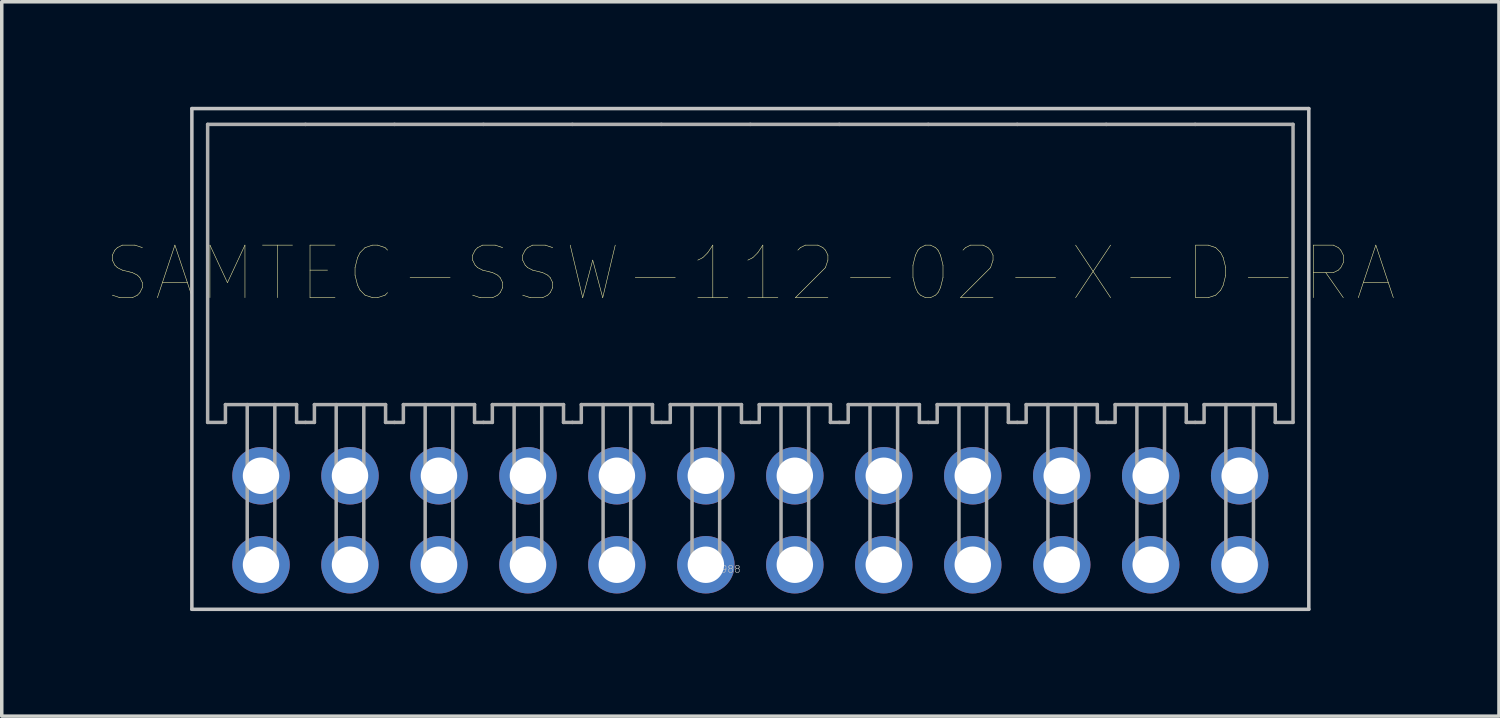
<source format=kicad_pcb>
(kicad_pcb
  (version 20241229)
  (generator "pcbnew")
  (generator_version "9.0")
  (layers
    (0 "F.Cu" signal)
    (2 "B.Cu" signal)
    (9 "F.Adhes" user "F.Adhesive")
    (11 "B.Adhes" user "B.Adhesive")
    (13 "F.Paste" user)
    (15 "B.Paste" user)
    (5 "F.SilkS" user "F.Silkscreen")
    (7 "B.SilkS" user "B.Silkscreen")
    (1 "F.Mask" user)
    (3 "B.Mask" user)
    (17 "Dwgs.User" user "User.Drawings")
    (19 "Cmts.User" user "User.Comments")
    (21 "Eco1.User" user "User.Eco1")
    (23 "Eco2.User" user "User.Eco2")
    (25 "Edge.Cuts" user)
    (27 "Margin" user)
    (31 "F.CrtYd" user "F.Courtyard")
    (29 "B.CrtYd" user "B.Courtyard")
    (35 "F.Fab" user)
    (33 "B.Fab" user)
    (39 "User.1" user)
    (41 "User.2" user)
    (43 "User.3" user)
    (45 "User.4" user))
  (footprint "SAMTEC-SSW-112-02-X-D-RA"
    (layer "F.Cu")
    (at 18.372 4.755)
    (property "Reference" "SAMTEC-SSW-112-02-X-D-RA" (at 0 0 0) (layer "F.SilkS") (effects (font (size 1.5 1.5) (thickness 0.015))))
    (attr through_hole)
    (fp_line (start -15.944 -4.705) (end -15.944 9.59) (stroke (width 0.1) (type solid)) (layer "Dwgs.User"))
    (fp_line (start -15.944 9.59) (end 15.944 9.59) (stroke (width 0.1) (type solid)) (layer "Dwgs.User"))
    (fp_line (start 15.944 -4.705) (end -15.944 -4.705) (stroke (width 0.1) (type solid)) (layer "Dwgs.User"))
    (fp_line (start 15.944 9.59) (end 15.944 -4.705) (stroke (width 0.1) (type solid)) (layer "Dwgs.User"))
    (fp_line (start -15.494 -4.254) (end -15.494 4.254) (stroke (width 0.1) (type solid)) (layer "F.Fab"))
    (fp_line (start -15.494 4.254) (end -14.986 4.254) (stroke (width 0.1) (type solid)) (layer "F.Fab"))
    (fp_line (start -14.986 3.746) (end -12.954 3.746) (stroke (width 0.1) (type solid)) (layer "F.Fab"))
    (fp_line (start -14.986 4.254) (end -14.986 3.746) (stroke (width 0.1) (type solid)) (layer "F.Fab"))
    (fp_line (start -14.364 3.746) (end -14.364 8.522) (stroke (width 0.1) (type solid)) (layer "F.Fab"))
    (fp_line (start -14.364 8.522) (end -13.576 8.522) (stroke (width 0.1) (type solid)) (layer "F.Fab"))
    (fp_line (start -13.576 8.522) (end -13.576 3.746) (stroke (width 0.1) (type solid)) (layer "F.Fab"))
    (fp_line (start -12.954 3.746) (end -12.954 4.254) (stroke (width 0.1) (type solid)) (layer "F.Fab"))
    (fp_line (start -12.954 4.254) (end -12.7 4.254) (stroke (width 0.1) (type solid)) (layer "F.Fab"))
    (fp_line (start -12.7 -4.254) (end -15.494 -4.254) (stroke (width 0.1) (type solid)) (layer "F.Fab"))
    (fp_line (start -12.446 3.746) (end -12.446 4.254) (stroke (width 0.1) (type solid)) (layer "F.Fab"))
    (fp_line (start -12.446 4.254) (end -12.7 4.254) (stroke (width 0.1) (type solid)) (layer "F.Fab"))
    (fp_line (start -11.824 3.746) (end -11.824 8.522) (stroke (width 0.1) (type solid)) (layer "F.Fab"))
    (fp_line (start -11.824 8.522) (end -11.036 8.522) (stroke (width 0.1) (type solid)) (layer "F.Fab"))
    (fp_line (start -11.036 8.522) (end -11.036 3.746) (stroke (width 0.1) (type solid)) (layer "F.Fab"))
    (fp_line (start -10.414 3.746) (end -12.446 3.746) (stroke (width 0.1) (type solid)) (layer "F.Fab"))
    (fp_line (start -10.414 4.254) (end -10.414 3.746) (stroke (width 0.1) (type solid)) (layer "F.Fab"))
    (fp_line (start -10.16 -4.254) (end -12.7 -4.254) (stroke (width 0.1) (type solid)) (layer "F.Fab"))
    (fp_line (start -10.16 4.254) (end -10.414 4.254) (stroke (width 0.1) (type solid)) (layer "F.Fab"))
    (fp_line (start -9.906 3.746) (end -9.906 4.254) (stroke (width 0.1) (type solid)) (layer "F.Fab"))
    (fp_line (start -9.906 4.254) (end -10.16 4.254) (stroke (width 0.1) (type solid)) (layer "F.Fab"))
    (fp_line (start -9.284 3.746) (end -9.284 8.522) (stroke (width 0.1) (type solid)) (layer "F.Fab"))
    (fp_line (start -9.284 8.522) (end -8.496 8.522) (stroke (width 0.1) (type solid)) (layer "F.Fab"))
    (fp_line (start -8.496 8.522) (end -8.496 3.746) (stroke (width 0.1) (type solid)) (layer "F.Fab"))
    (fp_line (start -7.874 3.746) (end -9.906 3.746) (stroke (width 0.1) (type solid)) (layer "F.Fab"))
    (fp_line (start -7.874 4.254) (end -7.874 3.746) (stroke (width 0.1) (type solid)) (layer "F.Fab"))
    (fp_line (start -7.62 -4.254) (end -10.16 -4.254) (stroke (width 0.1) (type solid)) (layer "F.Fab"))
    (fp_line (start -7.62 4.254) (end -7.874 4.254) (stroke (width 0.1) (type solid)) (layer "F.Fab"))
    (fp_line (start -7.366 3.746) (end -7.366 4.254) (stroke (width 0.1) (type solid)) (layer "F.Fab"))
    (fp_line (start -7.366 4.254) (end -7.62 4.254) (stroke (width 0.1) (type solid)) (layer "F.Fab"))
    (fp_line (start -6.744 3.746) (end -6.744 8.522) (stroke (width 0.1) (type solid)) (layer "F.Fab"))
    (fp_line (start -6.744 8.522) (end -5.956 8.522) (stroke (width 0.1) (type solid)) (layer "F.Fab"))
    (fp_line (start -5.956 8.522) (end -5.956 3.746) (stroke (width 0.1) (type solid)) (layer "F.Fab"))
    (fp_line (start -5.334 3.746) (end -7.366 3.746) (stroke (width 0.1) (type solid)) (layer "F.Fab"))
    (fp_line (start -5.334 4.254) (end -5.334 3.746) (stroke (width 0.1) (type solid)) (layer "F.Fab"))
    (fp_line (start -5.08 -4.254) (end -7.62 -4.254) (stroke (width 0.1) (type solid)) (layer "F.Fab"))
    (fp_line (start -5.08 4.254) (end -5.334 4.254) (stroke (width 0.1) (type solid)) (layer "F.Fab"))
    (fp_line (start -4.826 3.746) (end -4.826 4.254) (stroke (width 0.1) (type solid)) (layer "F.Fab"))
    (fp_line (start -4.826 4.254) (end -5.08 4.254) (stroke (width 0.1) (type solid)) (layer "F.Fab"))
    (fp_line (start -4.204 3.746) (end -4.204 8.522) (stroke (width 0.1) (type solid)) (layer "F.Fab"))
    (fp_line (start -4.204 8.522) (end -3.416 8.522) (stroke (width 0.1) (type solid)) (layer "F.Fab"))
    (fp_line (start -3.416 8.522) (end -3.416 3.746) (stroke (width 0.1) (type solid)) (layer "F.Fab"))
    (fp_line (start -2.794 3.746) (end -4.826 3.746) (stroke (width 0.1) (type solid)) (layer "F.Fab"))
    (fp_line (start -2.794 4.254) (end -2.794 3.746) (stroke (width 0.1) (type solid)) (layer "F.Fab"))
    (fp_line (start -2.54 -4.254) (end -5.08 -4.254) (stroke (width 0.1) (type solid)) (layer "F.Fab"))
    (fp_line (start -2.54 4.254) (end -2.794 4.254) (stroke (width 0.1) (type solid)) (layer "F.Fab"))
    (fp_line (start -2.286 3.746) (end -2.286 4.254) (stroke (width 0.1) (type solid)) (layer "F.Fab"))
    (fp_line (start -2.286 4.254) (end -2.54 4.254) (stroke (width 0.1) (type solid)) (layer "F.Fab"))
    (fp_line (start -1.664 3.746) (end -1.664 8.522) (stroke (width 0.1) (type solid)) (layer "F.Fab"))
    (fp_line (start -1.664 8.522) (end -0.876 8.522) (stroke (width 0.1) (type solid)) (layer "F.Fab"))
    (fp_line (start -0.876 8.522) (end -0.876 3.746) (stroke (width 0.1) (type solid)) (layer "F.Fab"))
    (fp_line (start -0.254 3.746) (end -2.286 3.746) (stroke (width 0.1) (type solid)) (layer "F.Fab"))
    (fp_line (start -0.254 4.254) (end -0.254 3.746) (stroke (width 0.1) (type solid)) (layer "F.Fab"))
    (fp_line (start 0 -4.254) (end -2.54 -4.254) (stroke (width 0.1) (type solid)) (layer "F.Fab"))
    (fp_line (start 0 4.254) (end -0.254 4.254) (stroke (width 0.1) (type solid)) (layer "F.Fab"))
    (fp_line (start 0.254 3.746) (end 0.254 4.254) (stroke (width 0.1) (type solid)) (layer "F.Fab"))
    (fp_line (start 0.254 4.254) (end 0 4.254) (stroke (width 0.1) (type solid)) (layer "F.Fab"))
    (fp_line (start 0.876 3.746) (end 0.876 8.522) (stroke (width 0.1) (type solid)) (layer "F.Fab"))
    (fp_line (start 0.876 8.522) (end 1.664 8.522) (stroke (width 0.1) (type solid)) (layer "F.Fab"))
    (fp_line (start 1.664 8.522) (end 1.664 3.746) (stroke (width 0.1) (type solid)) (layer "F.Fab"))
    (fp_line (start 2.286 3.746) (end 0.254 3.746) (stroke (width 0.1) (type solid)) (layer "F.Fab"))
    (fp_line (start 2.286 4.254) (end 2.286 3.746) (stroke (width 0.1) (type solid)) (layer "F.Fab"))
    (fp_line (start 2.54 -4.254) (end 0 -4.254) (stroke (width 0.1) (type solid)) (layer "F.Fab"))
    (fp_line (start 2.54 4.254) (end 2.286 4.254) (stroke (width 0.1) (type solid)) (layer "F.Fab"))
    (fp_line (start 2.794 3.746) (end 2.794 4.254) (stroke (width 0.1) (type solid)) (layer "F.Fab"))
    (fp_line (start 2.794 4.254) (end 2.54 4.254) (stroke (width 0.1) (type solid)) (layer "F.Fab"))
    (fp_line (start 3.416 3.746) (end 3.416 8.522) (stroke (width 0.1) (type solid)) (layer "F.Fab"))
    (fp_line (start 3.416 8.522) (end 4.204 8.522) (stroke (width 0.1) (type solid)) (layer "F.Fab"))
    (fp_line (start 4.204 8.522) (end 4.204 3.746) (stroke (width 0.1) (type solid)) (layer "F.Fab"))
    (fp_line (start 4.826 3.746) (end 2.794 3.746) (stroke (width 0.1) (type solid)) (layer "F.Fab"))
    (fp_line (start 4.826 4.254) (end 4.826 3.746) (stroke (width 0.1) (type solid)) (layer "F.Fab"))
    (fp_line (start 5.08 -4.254) (end 2.54 -4.254) (stroke (width 0.1) (type solid)) (layer "F.Fab"))
    (fp_line (start 5.08 4.254) (end 4.826 4.254) (stroke (width 0.1) (type solid)) (layer "F.Fab"))
    (fp_line (start 5.334 3.746) (end 5.334 4.254) (stroke (width 0.1) (type solid)) (layer "F.Fab"))
    (fp_line (start 5.334 4.254) (end 5.08 4.254) (stroke (width 0.1) (type solid)) (layer "F.Fab"))
    (fp_line (start 5.956 3.746) (end 5.956 8.522) (stroke (width 0.1) (type solid)) (layer "F.Fab"))
    (fp_line (start 5.956 8.522) (end 6.744 8.522) (stroke (width 0.1) (type solid)) (layer "F.Fab"))
    (fp_line (start 6.744 8.522) (end 6.744 3.746) (stroke (width 0.1) (type solid)) (layer "F.Fab"))
    (fp_line (start 7.366 3.746) (end 5.334 3.746) (stroke (width 0.1) (type solid)) (layer "F.Fab"))
    (fp_line (start 7.366 4.254) (end 7.366 3.746) (stroke (width 0.1) (type solid)) (layer "F.Fab"))
    (fp_line (start 7.62 -4.254) (end 5.08 -4.254) (stroke (width 0.1) (type solid)) (layer "F.Fab"))
    (fp_line (start 7.62 4.254) (end 7.366 4.254) (stroke (width 0.1) (type solid)) (layer "F.Fab"))
    (fp_line (start 7.874 3.746) (end 7.874 4.254) (stroke (width 0.1) (type solid)) (layer "F.Fab"))
    (fp_line (start 7.874 4.254) (end 7.62 4.254) (stroke (width 0.1) (type solid)) (layer "F.Fab"))
    (fp_line (start 8.496 3.746) (end 8.496 8.522) (stroke (width 0.1) (type solid)) (layer "F.Fab"))
    (fp_line (start 8.496 8.522) (end 9.284 8.522) (stroke (width 0.1) (type solid)) (layer "F.Fab"))
    (fp_line (start 9.284 8.522) (end 9.284 3.746) (stroke (width 0.1) (type solid)) (layer "F.Fab"))
    (fp_line (start 9.906 3.746) (end 7.874 3.746) (stroke (width 0.1) (type solid)) (layer "F.Fab"))
    (fp_line (start 9.906 4.254) (end 9.906 3.746) (stroke (width 0.1) (type solid)) (layer "F.Fab"))
    (fp_line (start 10.16 -4.254) (end 7.62 -4.254) (stroke (width 0.1) (type solid)) (layer "F.Fab"))
    (fp_line (start 10.16 4.254) (end 9.906 4.254) (stroke (width 0.1) (type solid)) (layer "F.Fab"))
    (fp_line (start 10.414 3.746) (end 10.414 4.254) (stroke (width 0.1) (type solid)) (layer "F.Fab"))
    (fp_line (start 10.414 4.254) (end 10.16 4.254) (stroke (width 0.1) (type solid)) (layer "F.Fab"))
    (fp_line (start 11.036 3.746) (end 11.036 8.522) (stroke (width 0.1) (type solid)) (layer "F.Fab"))
    (fp_line (start 11.036 8.522) (end 11.824 8.522) (stroke (width 0.1) (type solid)) (layer "F.Fab"))
    (fp_line (start 11.824 8.522) (end 11.824 3.746) (stroke (width 0.1) (type solid)) (layer "F.Fab"))
    (fp_line (start 12.446 3.746) (end 10.414 3.746) (stroke (width 0.1) (type solid)) (layer "F.Fab"))
    (fp_line (start 12.446 4.254) (end 12.446 3.746) (stroke (width 0.1) (type solid)) (layer "F.Fab"))
    (fp_line (start 12.7 -4.254) (end 10.16 -4.254) (stroke (width 0.1) (type solid)) (layer "F.Fab"))
    (fp_line (start 12.7 -4.254) (end 15.494 -4.254) (stroke (width 0.1) (type solid)) (layer "F.Fab"))
    (fp_line (start 12.7 4.254) (end 12.446 4.254) (stroke (width 0.1) (type solid)) (layer "F.Fab"))
    (fp_line (start 12.954 3.746) (end 12.954 4.254) (stroke (width 0.1) (type solid)) (layer "F.Fab"))
    (fp_line (start 12.954 4.254) (end 12.7 4.254) (stroke (width 0.1) (type solid)) (layer "F.Fab"))
    (fp_line (start 13.576 3.746) (end 13.576 8.522) (stroke (width 0.1) (type solid)) (layer "F.Fab"))
    (fp_line (start 13.576 8.522) (end 14.364 8.522) (stroke (width 0.1) (type solid)) (layer "F.Fab"))
    (fp_line (start 14.364 8.522) (end 14.364 3.746) (stroke (width 0.1) (type solid)) (layer "F.Fab"))
    (fp_line (start 14.986 3.746) (end 12.954 3.746) (stroke (width 0.1) (type solid)) (layer "F.Fab"))
    (fp_line (start 14.986 4.254) (end 14.986 3.746) (stroke (width 0.1) (type solid)) (layer "F.Fab"))
    (fp_line (start 15.494 -4.254) (end 15.494 4.254) (stroke (width 0.1) (type solid)) (layer "F.Fab"))
    (fp_line (start 15.494 4.254) (end 14.986 4.254) (stroke (width 0.1) (type solid)) (layer "F.Fab"))
    (fp_text user "30.988" (at -0.8 8.446 0) (layer "Dwgs.User") (effects (font (size 0.2 0.2) (thickness 0.015))))
    (pad "1" thru_hole circle (at -13.97 5.778) (size 1.64 1.64) (drill 1.04) (layers "*.Cu" "*.Mask"))
    (pad "2" thru_hole circle (at -11.43 5.778) (size 1.64 1.64) (drill 1.04) (layers "*.Cu" "*.Mask"))
    (pad "3" thru_hole circle (at -8.89 5.778) (size 1.64 1.64) (drill 1.04) (layers "*.Cu" "*.Mask"))
    (pad "4" thru_hole circle (at -6.35 5.778) (size 1.64 1.64) (drill 1.04) (layers "*.Cu" "*.Mask"))
    (pad "5" thru_hole circle (at -3.81 5.778) (size 1.64 1.64) (drill 1.04) (layers "*.Cu" "*.Mask"))
    (pad "6" thru_hole circle (at -1.27 5.778) (size 1.64 1.64) (drill 1.04) (layers "*.Cu" "*.Mask"))
    (pad "7" thru_hole circle (at 1.27 5.778) (size 1.64 1.64) (drill 1.04) (layers "*.Cu" "*.Mask"))
    (pad "8" thru_hole circle (at 3.81 5.778) (size 1.64 1.64) (drill 1.04) (layers "*.Cu" "*.Mask"))
    (pad "9" thru_hole circle (at 6.35 5.778) (size 1.64 1.64) (drill 1.04) (layers "*.Cu" "*.Mask"))
    (pad "10" thru_hole circle (at 8.89 5.778) (size 1.64 1.64) (drill 1.04) (layers "*.Cu" "*.Mask"))
    (pad "11" thru_hole circle (at 11.43 5.778) (size 1.64 1.64) (drill 1.04) (layers "*.Cu" "*.Mask"))
    (pad "12" thru_hole circle (at 13.97 5.778) (size 1.64 1.64) (drill 1.04) (layers "*.Cu" "*.Mask"))
    (pad "13" thru_hole circle (at 13.97 8.318) (size 1.64 1.64) (drill 1.04) (layers "*.Cu" "*.Mask"))
    (pad "14" thru_hole circle (at 11.43 8.318) (size 1.64 1.64) (drill 1.04) (layers "*.Cu" "*.Mask"))
    (pad "15" thru_hole circle (at 8.89 8.318) (size 1.64 1.64) (drill 1.04) (layers "*.Cu" "*.Mask"))
    (pad "16" thru_hole circle (at 6.35 8.318) (size 1.64 1.64) (drill 1.04) (layers "*.Cu" "*.Mask"))
    (pad "17" thru_hole circle (at 3.81 8.318) (size 1.64 1.64) (drill 1.04) (layers "*.Cu" "*.Mask"))
    (pad "18" thru_hole circle (at 1.27 8.318) (size 1.64 1.64) (drill 1.04) (layers "*.Cu" "*.Mask"))
    (pad "19" thru_hole circle (at -1.27 8.318) (size 1.64 1.64) (drill 1.04) (layers "*.Cu" "*.Mask"))
    (pad "20" thru_hole circle (at -3.81 8.318) (size 1.64 1.64) (drill 1.04) (layers "*.Cu" "*.Mask"))
    (pad "21" thru_hole circle (at -6.35 8.318) (size 1.64 1.64) (drill 1.04) (layers "*.Cu" "*.Mask"))
    (pad "22" thru_hole circle (at -8.89 8.318) (size 1.64 1.64) (drill 1.04) (layers "*.Cu" "*.Mask"))
    (pad "23" thru_hole circle (at -11.43 8.318) (size 1.64 1.64) (drill 1.04) (layers "*.Cu" "*.Mask"))
    (pad "24" thru_hole circle (at -13.97 8.318) (size 1.64 1.64) (drill 1.04) (layers "*.Cu" "*.Mask")))
  (gr_rect
    (start -3 -3)
    (end 39.745 17.395)
    (stroke (width 0.1) (type default))
    (fill no)
    (layer "Edge.Cuts")))
</source>
